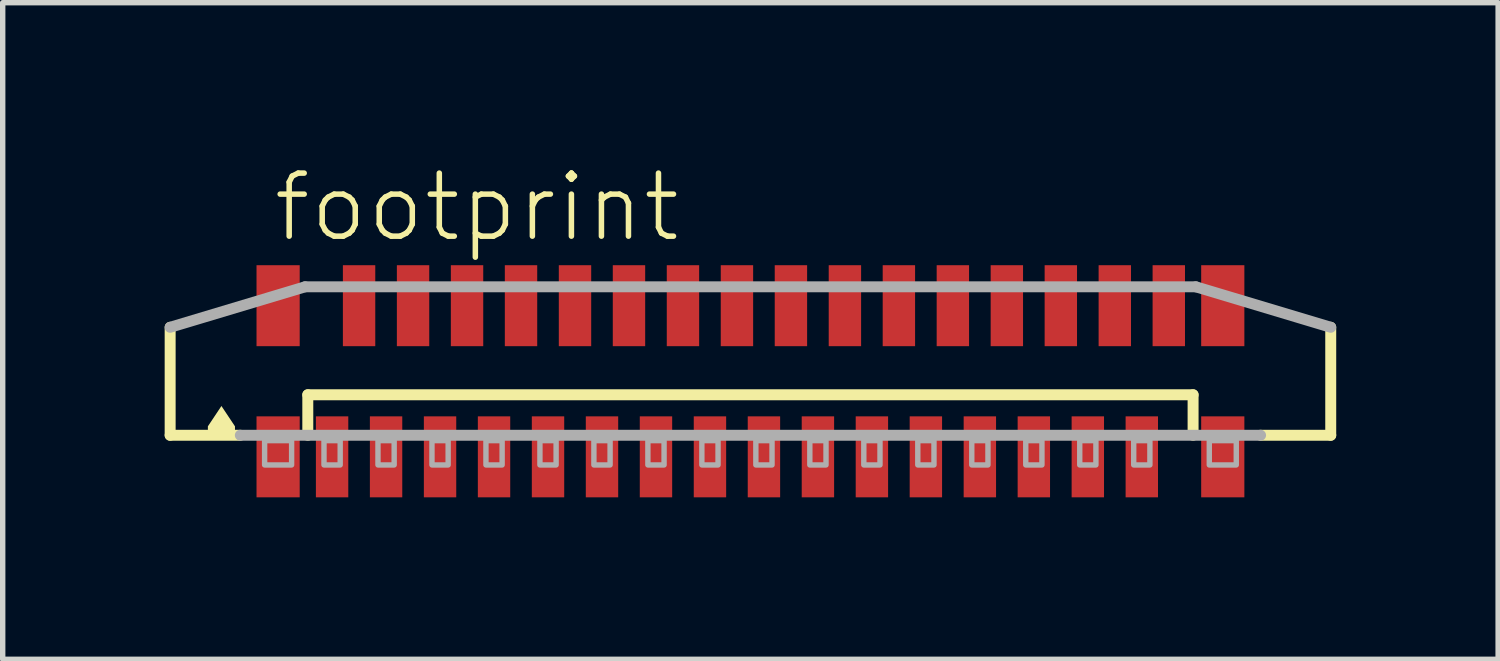
<source format=kicad_pcb>
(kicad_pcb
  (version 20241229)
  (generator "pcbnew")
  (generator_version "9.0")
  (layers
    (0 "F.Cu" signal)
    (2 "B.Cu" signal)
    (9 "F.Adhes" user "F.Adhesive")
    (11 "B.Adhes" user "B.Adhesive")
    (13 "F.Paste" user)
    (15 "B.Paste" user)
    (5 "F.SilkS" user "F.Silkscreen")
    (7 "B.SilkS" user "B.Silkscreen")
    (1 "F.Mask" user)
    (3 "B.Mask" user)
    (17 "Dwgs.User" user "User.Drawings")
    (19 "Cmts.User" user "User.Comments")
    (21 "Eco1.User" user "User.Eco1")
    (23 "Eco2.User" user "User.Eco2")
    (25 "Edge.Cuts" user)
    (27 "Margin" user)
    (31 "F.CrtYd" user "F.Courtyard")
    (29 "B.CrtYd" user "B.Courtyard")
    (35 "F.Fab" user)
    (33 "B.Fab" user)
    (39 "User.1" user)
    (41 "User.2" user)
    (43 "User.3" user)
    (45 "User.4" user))
  (footprint "footprint"
    (layer "F.Cu")
    (at 10.852 4.013)
    (property "Reference" "footprint" (at -8.89 -2.54 0) (layer "F.SilkS") (effects (font (size 1.168 1.168) (thickness 0.102)) (justify left bottom)))
    (fp_line (start -10.75 1) (end -10.75 -1) (stroke (width 0.203) (type solid)) (layer "F.SilkS"))
    (fp_line (start -9.45 1) (end -10.75 1) (stroke (width 0.203) (type solid)) (layer "F.SilkS"))
    (fp_line (start -8.2 0.25) (end 8.2 0.25) (stroke (width 0.203) (type solid)) (layer "F.SilkS"))
    (fp_line (start -8.2 1) (end -8.2 0.25) (stroke (width 0.203) (type solid)) (layer "F.SilkS"))
    (fp_line (start 8.2 0.25) (end 8.2 1) (stroke (width 0.203) (type solid)) (layer "F.SilkS"))
    (fp_line (start 10.75 -1) (end 10.75 1) (stroke (width 0.203) (type solid)) (layer "F.SilkS"))
    (fp_line (start 10.75 1) (end 9.45 1) (stroke (width 0.203) (type solid)) (layer "F.SilkS"))
    (fp_poly (pts (xy -9.549 0.835) (xy -9.549 1.001) (xy -10.051 1.001) (xy -10.051 0.835) (xy -9.8 0.458)) (stroke (width 0) (type solid)) (fill yes) (layer "F.SilkS"))
    (fp_line (start -10.75 -1) (end -8.25 -1.75) (stroke (width 0.203) (type solid)) (layer "F.Fab"))
    (fp_line (start -8.25 -1.75) (end 8.25 -1.75) (stroke (width 0.203) (type solid)) (layer "F.Fab"))
    (fp_line (start 8.25 -1.75) (end 10.75 -1) (stroke (width 0.203) (type solid)) (layer "F.Fab"))
    (fp_line (start 9.45 1) (end -9.45 1) (stroke (width 0.203) (type solid)) (layer "F.Fab"))
    (fp_poly (pts (xy -9 1.55) (xy -8.5 1.55) (xy -8.5 1.1) (xy -9 1.1)) (stroke (width 0.1) (type solid)) (fill no) (layer "F.Fab"))
    (fp_poly (pts (xy -7.9 1.55) (xy -7.6 1.55) (xy -7.6 1.1) (xy -7.9 1.1)) (stroke (width 0.1) (type solid)) (fill no) (layer "F.Fab"))
    (fp_poly (pts (xy -6.9 1.55) (xy -6.6 1.55) (xy -6.6 1.1) (xy -6.9 1.1)) (stroke (width 0.1) (type solid)) (fill no) (layer "F.Fab"))
    (fp_poly (pts (xy -5.9 1.55) (xy -5.6 1.55) (xy -5.6 1.1) (xy -5.9 1.1)) (stroke (width 0.1) (type solid)) (fill no) (layer "F.Fab"))
    (fp_poly (pts (xy -4.9 1.55) (xy -4.6 1.55) (xy -4.6 1.1) (xy -4.9 1.1)) (stroke (width 0.1) (type solid)) (fill no) (layer "F.Fab"))
    (fp_poly (pts (xy -3.9 1.55) (xy -3.6 1.55) (xy -3.6 1.1) (xy -3.9 1.1)) (stroke (width 0.1) (type solid)) (fill no) (layer "F.Fab"))
    (fp_poly (pts (xy -2.9 1.55) (xy -2.6 1.55) (xy -2.6 1.1) (xy -2.9 1.1)) (stroke (width 0.1) (type solid)) (fill no) (layer "F.Fab"))
    (fp_poly (pts (xy -1.9 1.55) (xy -1.6 1.55) (xy -1.6 1.1) (xy -1.9 1.1)) (stroke (width 0.1) (type solid)) (fill no) (layer "F.Fab"))
    (fp_poly (pts (xy -0.9 1.55) (xy -0.6 1.55) (xy -0.6 1.1) (xy -0.9 1.1)) (stroke (width 0.1) (type solid)) (fill no) (layer "F.Fab"))
    (fp_poly (pts (xy 0.1 1.55) (xy 0.4 1.55) (xy 0.4 1.1) (xy 0.1 1.1)) (stroke (width 0.1) (type solid)) (fill no) (layer "F.Fab"))
    (fp_poly (pts (xy 1.1 1.55) (xy 1.4 1.55) (xy 1.4 1.1) (xy 1.1 1.1)) (stroke (width 0.1) (type solid)) (fill no) (layer "F.Fab"))
    (fp_poly (pts (xy 2.1 1.55) (xy 2.4 1.55) (xy 2.4 1.1) (xy 2.1 1.1)) (stroke (width 0.1) (type solid)) (fill no) (layer "F.Fab"))
    (fp_poly (pts (xy 3.1 1.55) (xy 3.4 1.55) (xy 3.4 1.1) (xy 3.1 1.1)) (stroke (width 0.1) (type solid)) (fill no) (layer "F.Fab"))
    (fp_poly (pts (xy 4.1 1.55) (xy 4.4 1.55) (xy 4.4 1.1) (xy 4.1 1.1)) (stroke (width 0.1) (type solid)) (fill no) (layer "F.Fab"))
    (fp_poly (pts (xy 5.1 1.55) (xy 5.4 1.55) (xy 5.4 1.1) (xy 5.1 1.1)) (stroke (width 0.1) (type solid)) (fill no) (layer "F.Fab"))
    (fp_poly (pts (xy 6.1 1.55) (xy 6.4 1.55) (xy 6.4 1.1) (xy 6.1 1.1)) (stroke (width 0.1) (type solid)) (fill no) (layer "F.Fab"))
    (fp_poly (pts (xy 7.1 1.55) (xy 7.4 1.55) (xy 7.4 1.1) (xy 7.1 1.1)) (stroke (width 0.1) (type solid)) (fill no) (layer "F.Fab"))
    (fp_poly (pts (xy 8.5 1.55) (xy 9 1.55) (xy 9 1.1) (xy 8.5 1.1)) (stroke (width 0.1) (type solid)) (fill no) (layer "F.Fab"))
    (pad "1" smd rect (at -7.75 1.4) (size 0.6 1.5) (layers "F.Cu" "F.Mask" "F.Paste"))
    (pad "2" smd rect (at -7.25 -1.4 180) (size 0.6 1.5) (layers "F.Cu" "F.Mask" "F.Paste"))
    (pad "3" smd rect (at -6.75 1.4) (size 0.6 1.5) (layers "F.Cu" "F.Mask" "F.Paste"))
    (pad "4" smd rect (at -6.25 -1.4 180) (size 0.6 1.5) (layers "F.Cu" "F.Mask" "F.Paste"))
    (pad "5" smd rect (at -5.75 1.4) (size 0.6 1.5) (layers "F.Cu" "F.Mask" "F.Paste"))
    (pad "6" smd rect (at -5.25 -1.4 180) (size 0.6 1.5) (layers "F.Cu" "F.Mask" "F.Paste"))
    (pad "7" smd rect (at -4.75 1.4) (size 0.6 1.5) (layers "F.Cu" "F.Mask" "F.Paste"))
    (pad "8" smd rect (at -4.25 -1.4 180) (size 0.6 1.5) (layers "F.Cu" "F.Mask" "F.Paste"))
    (pad "9" smd rect (at -3.75 1.4) (size 0.6 1.5) (layers "F.Cu" "F.Mask" "F.Paste"))
    (pad "10" smd rect (at -3.25 -1.4 180) (size 0.6 1.5) (layers "F.Cu" "F.Mask" "F.Paste"))
    (pad "11" smd rect (at -2.75 1.4) (size 0.6 1.5) (layers "F.Cu" "F.Mask" "F.Paste"))
    (pad "12" smd rect (at -2.25 -1.4 180) (size 0.6 1.5) (layers "F.Cu" "F.Mask" "F.Paste"))
    (pad "13" smd rect (at -1.75 1.4) (size 0.6 1.5) (layers "F.Cu" "F.Mask" "F.Paste"))
    (pad "14" smd rect (at -1.25 -1.4 180) (size 0.6 1.5) (layers "F.Cu" "F.Mask" "F.Paste"))
    (pad "15" smd rect (at -0.75 1.4) (size 0.6 1.5) (layers "F.Cu" "F.Mask" "F.Paste"))
    (pad "16" smd rect (at -0.25 -1.4 180) (size 0.6 1.5) (layers "F.Cu" "F.Mask" "F.Paste"))
    (pad "17" smd rect (at 0.25 1.4) (size 0.6 1.5) (layers "F.Cu" "F.Mask" "F.Paste"))
    (pad "18" smd rect (at 0.75 -1.4 180) (size 0.6 1.5) (layers "F.Cu" "F.Mask" "F.Paste"))
    (pad "19" smd rect (at 1.25 1.4) (size 0.6 1.5) (layers "F.Cu" "F.Mask" "F.Paste"))
    (pad "20" smd rect (at 1.75 -1.4 180) (size 0.6 1.5) (layers "F.Cu" "F.Mask" "F.Paste"))
    (pad "21" smd rect (at 2.25 1.4) (size 0.6 1.5) (layers "F.Cu" "F.Mask" "F.Paste"))
    (pad "22" smd rect (at 2.75 -1.4 180) (size 0.6 1.5) (layers "F.Cu" "F.Mask" "F.Paste"))
    (pad "23" smd rect (at 3.25 1.4) (size 0.6 1.5) (layers "F.Cu" "F.Mask" "F.Paste"))
    (pad "24" smd rect (at 3.75 -1.4 180) (size 0.6 1.5) (layers "F.Cu" "F.Mask" "F.Paste"))
    (pad "25" smd rect (at 4.25 1.4) (size 0.6 1.5) (layers "F.Cu" "F.Mask" "F.Paste"))
    (pad "26" smd rect (at 4.75 -1.4 180) (size 0.6 1.5) (layers "F.Cu" "F.Mask" "F.Paste"))
    (pad "27" smd rect (at 5.25 1.4) (size 0.6 1.5) (layers "F.Cu" "F.Mask" "F.Paste"))
    (pad "28" smd rect (at 5.75 -1.4 180) (size 0.6 1.5) (layers "F.Cu" "F.Mask" "F.Paste"))
    (pad "29" smd rect (at 6.25 1.4) (size 0.6 1.5) (layers "F.Cu" "F.Mask" "F.Paste"))
    (pad "30" smd rect (at 6.75 -1.4 180) (size 0.6 1.5) (layers "F.Cu" "F.Mask" "F.Paste"))
    (pad "31" smd rect (at 7.25 1.4) (size 0.6 1.5) (layers "F.Cu" "F.Mask" "F.Paste"))
    (pad "32" smd rect (at 7.75 -1.4 180) (size 0.6 1.5) (layers "F.Cu" "F.Mask" "F.Paste"))
    (pad "M1" smd rect (at -8.75 1.4) (size 0.8 1.5) (layers "F.Cu" "F.Mask" "F.Paste"))
    (pad "M2" smd rect (at 8.75 1.4) (size 0.8 1.5) (layers "F.Cu" "F.Mask" "F.Paste"))
    (pad "M3" smd rect (at 8.75 -1.4 180) (size 0.8 1.5) (layers "F.Cu" "F.Mask" "F.Paste"))
    (pad "M4" smd rect (at -8.75 -1.4 180) (size 0.8 1.5) (layers "F.Cu" "F.Mask" "F.Paste")))
  (gr_rect
    (start -3 -3)
    (end 24.703 9.163)
    (stroke (width 0.1) (type default))
    (fill no)
    (layer "Edge.Cuts")))
</source>
